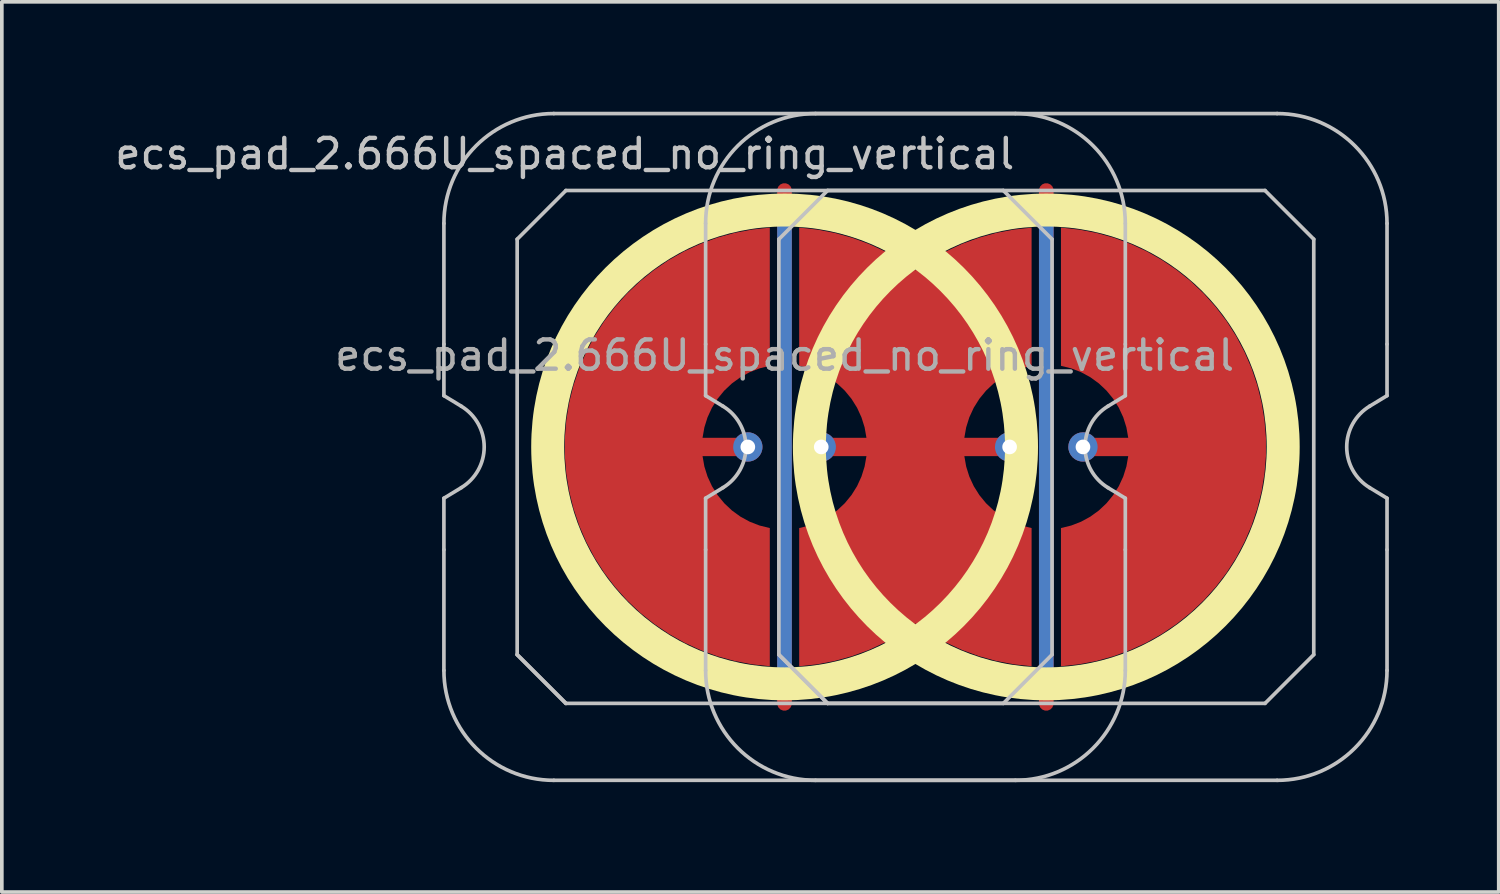
<source format=kicad_pcb>
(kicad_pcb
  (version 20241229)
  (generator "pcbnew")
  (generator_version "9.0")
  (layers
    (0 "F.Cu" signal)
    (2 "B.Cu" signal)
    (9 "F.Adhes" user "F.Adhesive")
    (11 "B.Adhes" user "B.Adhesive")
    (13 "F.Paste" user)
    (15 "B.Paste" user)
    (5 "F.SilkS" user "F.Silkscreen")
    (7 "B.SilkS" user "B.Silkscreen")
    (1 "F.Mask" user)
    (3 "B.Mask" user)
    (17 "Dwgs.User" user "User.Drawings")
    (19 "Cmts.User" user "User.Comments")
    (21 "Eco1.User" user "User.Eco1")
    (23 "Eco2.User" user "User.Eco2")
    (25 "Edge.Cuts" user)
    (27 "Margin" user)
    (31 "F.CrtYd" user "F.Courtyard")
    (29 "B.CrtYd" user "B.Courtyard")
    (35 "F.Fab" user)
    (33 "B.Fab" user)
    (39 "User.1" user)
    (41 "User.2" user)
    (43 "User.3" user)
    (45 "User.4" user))
  (footprint "ecs_pad_2.666U_spaced_no_ring_vertical"
    (layer "F.Cu")
    (at 25.51 9.15)
    (property "Reference" "ecs_pad_2.666U_spaced_no_ring_vertical" (at -13.143 -8 0) (layer "Dwgs.User") (effects (font (size 0.8 0.8) (thickness 0.12))))
    (attr smd)
    (fp_circle (center -7.143 0) (end -0.676 0) (stroke (width 0.9) (type solid)) (fill no) (layer "F.SilkS"))
    (fp_circle (center 0 0) (end 6.467 0) (stroke (width 0.9) (type solid)) (fill no) (layer "F.SilkS"))
    (fp_line (start -16.443 -2.805) (end -16.443 -6.1) (stroke (width 0.1) (type solid)) (layer "Dwgs.User"))
    (fp_line (start -16.443 -1.4) (end -16.443 -2.805) (stroke (width 0.1) (type solid)) (layer "Dwgs.User"))
    (fp_line (start -16.443 1.4) (end -15.967 1.111) (stroke (width 0.1) (type solid)) (layer "Dwgs.User"))
    (fp_line (start -16.443 2.805) (end -16.443 1.4) (stroke (width 0.1) (type solid)) (layer "Dwgs.User"))
    (fp_line (start -16.443 6.1) (end -16.443 2.805) (stroke (width 0.1) (type solid)) (layer "Dwgs.User"))
    (fp_line (start -15.967 -1.111) (end -16.443 -1.4) (stroke (width 0.1) (type solid)) (layer "Dwgs.User"))
    (fp_line (start -14.443 -5.67) (end -13.113 -7) (stroke (width 0.1) (type solid)) (layer "Dwgs.User"))
    (fp_line (start -14.443 5.67) (end -14.443 -5.67) (stroke (width 0.1) (type solid)) (layer "Dwgs.User"))
    (fp_line (start -14.443 5.67) (end -13.113 7) (stroke (width 0.1) (type solid)) (layer "Dwgs.User"))
    (fp_line (start -13.443 -9.1) (end -0.843 -9.1) (stroke (width 0.1) (type solid)) (layer "Dwgs.User"))
    (fp_line (start -13.113 -7) (end -1.173 -7) (stroke (width 0.1) (type solid)) (layer "Dwgs.User"))
    (fp_line (start -13.113 7) (end -14.443 5.67) (stroke (width 0.1) (type solid)) (layer "Dwgs.User"))
    (fp_line (start -9.299 -2.805) (end -9.299 -6.1) (stroke (width 0.1) (type solid)) (layer "Dwgs.User"))
    (fp_line (start -9.299 -1.4) (end -9.299 -2.805) (stroke (width 0.1) (type solid)) (layer "Dwgs.User"))
    (fp_line (start -9.299 1.4) (end -8.824 1.111) (stroke (width 0.1) (type solid)) (layer "Dwgs.User"))
    (fp_line (start -9.299 2.805) (end -9.299 1.4) (stroke (width 0.1) (type solid)) (layer "Dwgs.User"))
    (fp_line (start -9.299 6.1) (end -9.299 2.805) (stroke (width 0.1) (type solid)) (layer "Dwgs.User"))
    (fp_line (start -8.824 -1.111) (end -9.299 -1.4) (stroke (width 0.1) (type solid)) (layer "Dwgs.User"))
    (fp_line (start -7.299 -5.67) (end -5.969 -7) (stroke (width 0.1) (type solid)) (layer "Dwgs.User"))
    (fp_line (start -7.299 5.67) (end -7.299 -5.67) (stroke (width 0.1) (type solid)) (layer "Dwgs.User"))
    (fp_line (start -7.299 5.67) (end -5.969 7) (stroke (width 0.1) (type solid)) (layer "Dwgs.User"))
    (fp_line (start -6.299 -9.1) (end 6.301 -9.1) (stroke (width 0.1) (type solid)) (layer "Dwgs.User"))
    (fp_line (start -5.969 -7) (end 5.971 -7) (stroke (width 0.1) (type solid)) (layer "Dwgs.User"))
    (fp_line (start -5.969 7) (end -7.299 5.67) (stroke (width 0.1) (type solid)) (layer "Dwgs.User"))
    (fp_line (start -1.173 -7) (end 0.157 -5.67) (stroke (width 0.1) (type solid)) (layer "Dwgs.User"))
    (fp_line (start -1.173 7) (end -13.113 7) (stroke (width 0.1) (type solid)) (layer "Dwgs.User"))
    (fp_line (start -0.843 9.1) (end -13.443 9.1) (stroke (width 0.1) (type solid)) (layer "Dwgs.User"))
    (fp_line (start 0.157 -5.67) (end 0.157 5.67) (stroke (width 0.1) (type solid)) (layer "Dwgs.User"))
    (fp_line (start 0.157 5.67) (end -1.173 7) (stroke (width 0.1) (type solid)) (layer "Dwgs.User"))
    (fp_line (start 1.681 1.111) (end 2.157 1.4) (stroke (width 0.1) (type solid)) (layer "Dwgs.User"))
    (fp_line (start 2.157 -6.1) (end 2.157 -2.805) (stroke (width 0.1) (type solid)) (layer "Dwgs.User"))
    (fp_line (start 2.157 -2.805) (end 2.157 -1.4) (stroke (width 0.1) (type solid)) (layer "Dwgs.User"))
    (fp_line (start 2.157 -1.4) (end 1.681 -1.111) (stroke (width 0.1) (type solid)) (layer "Dwgs.User"))
    (fp_line (start 2.157 1.4) (end 2.157 2.805) (stroke (width 0.1) (type solid)) (layer "Dwgs.User"))
    (fp_line (start 2.157 2.805) (end 2.157 6.1) (stroke (width 0.1) (type solid)) (layer "Dwgs.User"))
    (fp_line (start 5.971 -7) (end 7.301 -5.67) (stroke (width 0.1) (type solid)) (layer "Dwgs.User"))
    (fp_line (start 5.971 7) (end -5.969 7) (stroke (width 0.1) (type solid)) (layer "Dwgs.User"))
    (fp_line (start 6.301 9.1) (end -6.299 9.1) (stroke (width 0.1) (type solid)) (layer "Dwgs.User"))
    (fp_line (start 7.301 -5.67) (end 7.301 5.67) (stroke (width 0.1) (type solid)) (layer "Dwgs.User"))
    (fp_line (start 7.301 5.67) (end 5.971 7) (stroke (width 0.1) (type solid)) (layer "Dwgs.User"))
    (fp_line (start 8.825 1.111) (end 9.301 1.4) (stroke (width 0.1) (type solid)) (layer "Dwgs.User"))
    (fp_line (start 9.301 -6.1) (end 9.301 -2.805) (stroke (width 0.1) (type solid)) (layer "Dwgs.User"))
    (fp_line (start 9.301 -2.805) (end 9.301 -1.4) (stroke (width 0.1) (type solid)) (layer "Dwgs.User"))
    (fp_line (start 9.301 -1.4) (end 8.825 -1.111) (stroke (width 0.1) (type solid)) (layer "Dwgs.User"))
    (fp_line (start 9.301 1.4) (end 9.301 2.805) (stroke (width 0.1) (type solid)) (layer "Dwgs.User"))
    (fp_line (start 9.301 2.805) (end 9.301 6.1) (stroke (width 0.1) (type solid)) (layer "Dwgs.User"))
    (fp_arc (start -16.442954 -6.1) (mid -15.564274 -8.22132) (end -13.442954 -9.1) (stroke (width 0.1) (type solid)) (layer "Dwgs.User"))
    (fp_arc (start -15.967287 -1.110619) (mid -15.342954 0) (end -15.967287 1.110619) (stroke (width 0.1) (type solid)) (layer "Dwgs.User"))
    (fp_arc (start -13.442954 9.1) (mid -15.564274 8.22132) (end -16.442954 6.1) (stroke (width 0.1) (type solid)) (layer "Dwgs.User"))
    (fp_arc (start -9.299204 -6.1) (mid -8.420524 -8.22132) (end -6.299204 -9.1) (stroke (width 0.1) (type solid)) (layer "Dwgs.User"))
    (fp_arc (start -8.823537 -1.110619) (mid -8.199204 0) (end -8.823537 1.110619) (stroke (width 0.1) (type solid)) (layer "Dwgs.User"))
    (fp_arc (start -6.299204 9.1) (mid -8.420524 8.22132) (end -9.299204 6.1) (stroke (width 0.1) (type solid)) (layer "Dwgs.User"))
    (fp_arc (start -0.842954 -9.1) (mid 1.278366 -8.22132) (end 2.157046 -6.1) (stroke (width 0.1) (type solid)) (layer "Dwgs.User"))
    (fp_arc (start 1.681379 1.110619) (mid 1.057046 0) (end 1.681379 -1.110619) (stroke (width 0.1) (type solid)) (layer "Dwgs.User"))
    (fp_arc (start 2.157046 6.1) (mid 1.278366 8.22132) (end -0.842954 9.1) (stroke (width 0.1) (type solid)) (layer "Dwgs.User"))
    (fp_arc (start 6.300796 -9.1) (mid 8.422116 -8.22132) (end 9.300796 -6.1) (stroke (width 0.1) (type solid)) (layer "Dwgs.User"))
    (fp_arc (start 8.825129 1.110619) (mid 8.200796 0) (end 8.825129 -1.110619) (stroke (width 0.1) (type solid)) (layer "Dwgs.User"))
    (fp_arc (start 9.300796 6.1) (mid 8.422116 8.22132) (end 6.300796 9.1) (stroke (width 0.1) (type solid)) (layer "Dwgs.User"))
    (fp_text user "${REFERENCE}" (at -7.143 -2.5 0) (layer "F.Fab") (effects (font (size 0.8 0.8) (thickness 0.12))))
    (pad "1" smd custom (at -8.147 0) (size 0.4 0.4) (layers "F.Cu") (options (anchor circle)) (primitives (gr_poly (pts (xy 0.6 -2.214) (xy 0.32 -2.145) (xy 0.052 -2.041) (xy -0.201 -1.903) (xy -0.434 -1.734) (xy -0.644 -1.536) (xy -0.826 -1.314) (xy -0.979 -1.07) (xy -1.1 -0.808) (xy -1.186 -0.534) (xy -1.236 -0.25) (xy 0 -0.25) (xy 0.096 -0.231) (xy 0.177 -0.177) (xy 0.231 -0.096) (xy 0.25 0) (xy 0.231 0.096) (xy 0.177 0.177) (xy 0.096 0.231) (xy 0 0.25) (xy -1.236 0.25) (xy -1.186 0.534) (xy -1.1 0.808) (xy -0.979 1.07) (xy -0.826 1.314) (xy -0.644 1.536) (xy -0.434 1.734) (xy -0.201 1.903) (xy 0.052 2.041) (xy 0.32 2.145) (xy 0.6 2.214) (xy 0.6 5.987) (xy 0.115 5.934) (xy -0.364 5.843) (xy -0.834 5.713) (xy -1.292 5.545) (xy -1.735 5.341) (xy -2.159 5.101) (xy -2.563 4.827) (xy -2.943 4.522) (xy -3.298 4.187) (xy -3.623 3.824) (xy -3.919 3.436) (xy -4.182 3.025) (xy -4.41 2.594) (xy -4.603 2.147) (xy -4.759 1.684) (xy -4.876 1.211) (xy -4.955 0.73) (xy -4.995 0.244) (xy -4.995 -0.244) (xy -4.955 -0.73) (xy -4.876 -1.211) (xy -4.759 -1.684) (xy -4.603 -2.147) (xy -4.41 -2.594) (xy -4.182 -3.025) (xy -3.919 -3.436) (xy -3.623 -3.824) (xy -3.298 -4.187) (xy -2.943 -4.522) (xy -2.563 -4.827) (xy -2.159 -5.101) (xy -1.735 -5.341) (xy -1.292 -5.545) (xy -0.834 -5.713) (xy -0.364 -5.843) (xy 0.115 -5.934) (xy 0.6 -5.987)) (width 0) (fill yes))))
    (pad "1" thru_hole circle (at -8.147 0 180) (size 0.8 0.8) (drill 0.4) (layers "*.Cu"))
    (pad "2" thru_hole circle (at -6.143 0) (size 0.8 0.8) (drill 0.4) (layers "*.Cu"))
    (pad "2" smd custom (at -1.001 0) (size 0.282 0.282) (layers "F.Cu") (options (anchor circle)) (primitives (gr_poly (pts (xy 0.6 5.987) (xy 0.6 2.214) (xy 0.32 2.145) (xy 0.052 2.041) (xy -0.201 1.903) (xy -0.434 1.734) (xy -0.644 1.536) (xy -0.826 1.314) (xy -0.979 1.07) (xy -1.1 0.808) (xy -1.186 0.534) (xy -1.236 0.25) (xy 0 0.25) (xy 0.096 0.231) (xy 0.177 0.177) (xy 0.231 0.096) (xy 0.25 0) (xy 0.231 -0.096) (xy 0.177 -0.177) (xy 0.096 -0.231) (xy 0 -0.25) (xy -1.236 -0.25) (xy -1.186 -0.534) (xy -1.1 -0.808) (xy -0.979 -1.07) (xy -0.826 -1.314) (xy -0.644 -1.536) (xy -0.434 -1.734) (xy -0.201 -1.903) (xy 0.052 -2.041) (xy 0.32 -2.145) (xy 0.6 -2.214) (xy 0.6 -5.987) (xy 0.114 -5.934) (xy -0.367 -5.842) (xy -0.838 -5.711) (xy -1.298 -5.543) (xy -1.742 -5.337) (xy -2.167 -5.096) (xy -2.572 -4.821) (xy -2.977 -5.096) (xy -3.402 -5.337) (xy -3.846 -5.543) (xy -4.305 -5.711) (xy -4.777 -5.842) (xy -5.257 -5.934) (xy -5.744 -5.987) (xy -5.744 -2.214) (xy -5.464 -2.145) (xy -5.196 -2.041) (xy -4.943 -1.903) (xy -4.71 -1.734) (xy -4.5 -1.537) (xy -4.317 -1.314) (xy -4.164 -1.07) (xy -4.044 -0.808) (xy -3.958 -0.534) (xy -3.908 -0.25) (xy -5.144 -0.25) (xy -5.239 -0.231) (xy -5.32 -0.177) (xy -5.375 -0.096) (xy -5.394 0) (xy -5.375 0.096) (xy -5.32 0.177) (xy -5.239 0.231) (xy -5.144 0.25) (xy -3.908 0.25) (xy -3.958 0.534) (xy -4.044 0.808) (xy -4.164 1.07) (xy -4.317 1.314) (xy -4.5 1.537) (xy -4.71 1.734) (xy -4.943 1.903) (xy -5.196 2.041) (xy -5.464 2.145) (xy -5.744 2.214) (xy -5.744 5.987) (xy -5.257 5.934) (xy -4.777 5.842) (xy -4.305 5.711) (xy -3.846 5.543) (xy -3.402 5.337) (xy -2.977 5.096) (xy -2.572 4.821) (xy -2.167 5.096) (xy -1.741 5.337) (xy -1.298 5.543) (xy -0.838 5.711) (xy -0.367 5.842) (xy 0.114 5.934)) (width 0) (fill yes))))
    (pad "2" thru_hole circle (at -1.001 0 180) (size 0.8 0.8) (drill 0.4) (layers "*.Cu"))
    (pad "3" smd custom (at 1.001 0 180) (size 0.4 0.4) (layers "F.Cu") (options (anchor circle)) (primitives (gr_poly (pts (xy 0.6 -2.214) (xy 0.32 -2.145) (xy 0.052 -2.041) (xy -0.201 -1.903) (xy -0.434 -1.734) (xy -0.644 -1.536) (xy -0.826 -1.314) (xy -0.979 -1.07) (xy -1.1 -0.808) (xy -1.186 -0.534) (xy -1.236 -0.25) (xy 0 -0.25) (xy 0.096 -0.231) (xy 0.177 -0.177) (xy 0.231 -0.096) (xy 0.25 0) (xy 0.231 0.096) (xy 0.177 0.177) (xy 0.096 0.231) (xy 0 0.25) (xy -1.236 0.25) (xy -1.186 0.534) (xy -1.1 0.808) (xy -0.979 1.07) (xy -0.826 1.314) (xy -0.644 1.536) (xy -0.434 1.734) (xy -0.201 1.903) (xy 0.052 2.041) (xy 0.32 2.145) (xy 0.6 2.214) (xy 0.6 5.987) (xy 0.115 5.934) (xy -0.364 5.843) (xy -0.834 5.713) (xy -1.292 5.545) (xy -1.735 5.341) (xy -2.159 5.101) (xy -2.563 4.827) (xy -2.943 4.522) (xy -3.298 4.187) (xy -3.623 3.824) (xy -3.919 3.436) (xy -4.182 3.025) (xy -4.41 2.594) (xy -4.603 2.147) (xy -4.759 1.684) (xy -4.876 1.211) (xy -4.955 0.73) (xy -4.995 0.244) (xy -4.995 -0.244) (xy -4.955 -0.73) (xy -4.876 -1.211) (xy -4.759 -1.684) (xy -4.603 -2.147) (xy -4.41 -2.594) (xy -4.182 -3.025) (xy -3.919 -3.436) (xy -3.623 -3.824) (xy -3.298 -4.187) (xy -2.943 -4.522) (xy -2.563 -4.827) (xy -2.159 -5.101) (xy -1.735 -5.341) (xy -1.292 -5.545) (xy -0.834 -5.713) (xy -0.364 -5.843) (xy 0.115 -5.934) (xy 0.6 -5.987)) (width 0) (fill yes))))
    (pad "3" thru_hole circle (at 1.001 0 180) (size 0.8 0.8) (drill 0.4) (layers "*.Cu"))
    (pad "4" smd custom (at -7.146 0 180) (size 0.4 0.4) (layers "F.Cu") (options (anchor rect)) (primitives (gr_line (start 0 -7) (end 0 7) (width 0.4))))
    (pad "4" smd custom (at -7.146 0) (size 0.4 0.4) (layers "B.Cu") (options (anchor rect)) (primitives (gr_line (start 0 -6.5) (end 0 6.5) (width 0.4))))
    (pad "4" smd custom (at 0 0 180) (size 0.4 0.4) (layers "F.Cu") (options (anchor rect)) (primitives (gr_line (start 0 -7) (end 0 7) (width 0.4))))
    (pad "4" smd custom (at 0 0) (size 0.4 0.4) (layers "B.Cu") (options (anchor rect)) (primitives (gr_line (start 0 -6.5) (end 0 6.5) (width 0.4))))
    (zone (net_name "") (layer "F.Cu") (hatch edge 0.508) (connect_pads) (min_thickness 0.254) (filled_areas_thickness no) (keepout (tracks allowed) (vias allowed) (pads allowed) (copperpour not_allowed) (footprints allowed)) (placement (enabled no)) (fill) (polygon (pts (xy 25.372 9.15) (xy 25.353 8.637) (xy 25.296 8.127) (xy 25.203 7.622) (xy 25.073 7.125) (xy 24.906 6.64) (xy 24.705 6.167) (xy 24.469 5.711) (xy 24.201 5.274) (xy 23.902 4.857) (xy 23.572 4.463) (xy 23.215 4.094) (xy 22.832 3.753) (xy 22.424 3.44) (xy 21.995 3.158) (xy 21.547 2.909) (xy 21.081 2.692) (xy 20.601 2.511) (xy 20.109 2.365) (xy 19.607 2.256) (xy 19.099 2.183) (xy 18.587 2.149) (xy 18.073 2.151) (xy 17.562 2.192) (xy 17.054 2.269) (xy 16.554 2.384) (xy 16.063 2.535) (xy 15.585 2.721) (xy 15.121 2.942) (xy 14.675 3.197) (xy 14.249 3.483) (xy 13.845 3.8) (xy 13.466 4.145) (xy 13.112 4.518) (xy 12.787 4.915) (xy 12.492 5.335) (xy 12.228 5.775) (xy 11.998 6.234) (xy 11.801 6.708) (xy 11.64 7.196) (xy 11.515 7.694) (xy 11.427 8.199) (xy 11.376 8.71) (xy 11.362 9.223) (xy 11.386 9.736) (xy 11.448 10.246) (xy 11.547 10.75) (xy 11.682 11.245) (xy 11.854 11.729) (xy 12.06 12.199) (xy 12.3 12.652) (xy 12.573 13.087) (xy 12.877 13.501) (xy 13.21 13.891) (xy 13.571 14.256) (xy 13.958 14.594) (xy 14.369 14.902) (xy 14.801 15.179) (xy 15.252 15.424) (xy 15.72 15.636) (xy 16.202 15.812) (xy 16.696 15.953) (xy 17.198 16.057) (xy 17.707 16.124) (xy 18.22 16.153) (xy 18.733 16.145) (xy 19.245 16.1) (xy 19.751 16.017) (xy 20.25 15.897) (xy 20.739 15.741) (xy 21.216 15.549) (xy 21.677 15.323) (xy 22.12 15.064) (xy 22.543 14.774) (xy 22.944 14.453) (xy 23.32 14.103) (xy 23.669 13.727) (xy 23.99 13.326) (xy 24.281 12.903) (xy 24.54 12.46) (xy 24.766 11.999) (xy 24.957 11.523) (xy 25.114 11.034) (xy 25.233 10.535) (xy 25.316 10.028) (xy 25.362 9.517))))
    (zone (net_name "") (layer "F.Cu") (hatch edge 0.508) (connect_pads) (min_thickness 0.254) (filled_areas_thickness no) (keepout (tracks allowed) (vias allowed) (pads allowed) (copperpour not_allowed) (footprints allowed)) (placement (enabled no)) (fill) (polygon (pts (xy 32.515 9.15) (xy 32.496 8.637) (xy 32.439 8.127) (xy 32.346 7.622) (xy 32.216 7.125) (xy 32.049 6.64) (xy 31.848 6.167) (xy 31.612 5.711) (xy 31.344 5.274) (xy 31.045 4.857) (xy 30.715 4.463) (xy 30.358 4.094) (xy 29.975 3.753) (xy 29.567 3.44) (xy 29.138 3.158) (xy 28.69 2.909) (xy 28.224 2.692) (xy 27.744 2.511) (xy 27.252 2.365) (xy 26.75 2.256) (xy 26.242 2.183) (xy 25.73 2.149) (xy 25.216 2.151) (xy 24.704 2.192) (xy 24.197 2.269) (xy 23.697 2.384) (xy 23.206 2.535) (xy 22.728 2.721) (xy 22.264 2.942) (xy 21.818 3.197) (xy 21.392 3.483) (xy 20.988 3.8) (xy 20.609 4.145) (xy 20.255 4.518) (xy 19.93 4.915) (xy 19.635 5.335) (xy 19.371 5.775) (xy 19.141 6.234) (xy 18.944 6.708) (xy 18.783 7.196) (xy 18.658 7.694) (xy 18.57 8.199) (xy 18.519 8.71) (xy 18.505 9.223) (xy 18.529 9.736) (xy 18.591 10.246) (xy 18.69 10.75) (xy 18.825 11.245) (xy 18.997 11.729) (xy 19.203 12.199) (xy 19.443 12.652) (xy 19.716 13.087) (xy 20.02 13.501) (xy 20.353 13.891) (xy 20.714 14.256) (xy 21.101 14.594) (xy 21.512 14.902) (xy 21.944 15.179) (xy 22.395 15.424) (xy 22.863 15.636) (xy 23.345 15.812) (xy 23.839 15.953) (xy 24.341 16.057) (xy 24.85 16.124) (xy 25.363 16.153) (xy 25.876 16.145) (xy 26.388 16.1) (xy 26.894 16.017) (xy 27.393 15.897) (xy 27.882 15.741) (xy 28.359 15.549) (xy 28.82 15.323) (xy 29.263 15.064) (xy 29.686 14.774) (xy 30.087 14.453) (xy 30.463 14.103) (xy 30.812 13.727) (xy 31.133 13.326) (xy 31.424 12.903) (xy 31.683 12.46) (xy 31.909 11.999) (xy 32.1 11.523) (xy 32.256 11.034) (xy 32.376 10.535) (xy 32.459 10.028) (xy 32.505 9.517))))
    (zone (net_name "") (layer "B.Cu") (hatch edge 0.508) (connect_pads) (min_thickness 0.254) (filled_areas_thickness no) (keepout (tracks allowed) (vias allowed) (pads allowed) (copperpour not_allowed) (footprints allowed)) (placement (enabled no)) (fill) (polygon (pts (xy 24.925 9.15) (xy 24.905 8.635) (xy 24.844 8.124) (xy 24.744 7.619) (xy 24.604 7.123) (xy 24.426 6.64) (xy 24.21 6.173) (xy 23.959 5.723) (xy 23.672 5.295) (xy 23.354 4.891) (xy 23.004 4.513) (xy 22.626 4.163) (xy 22.222 3.844) (xy 21.793 3.558) (xy 21.344 3.307) (xy 20.876 3.091) (xy 20.393 2.913) (xy 19.898 2.773) (xy 19.393 2.672) (xy 18.881 2.612) (xy 18.367 2.592) (xy 17.852 2.612) (xy 17.341 2.672) (xy 16.836 2.773) (xy 16.34 2.913) (xy 15.857 3.091) (xy 15.389 3.307) (xy 14.94 3.558) (xy 14.512 3.844) (xy 14.107 4.163) (xy 13.729 4.513) (xy 13.38 4.891) (xy 13.061 5.295) (xy 12.775 5.723) (xy 12.523 6.173) (xy 12.308 6.64) (xy 12.129 7.123) (xy 11.99 7.619) (xy 11.889 8.124) (xy 11.829 8.635) (xy 11.808 9.15) (xy 11.829 9.665) (xy 11.889 10.176) (xy 11.99 10.681) (xy 12.129 11.177) (xy 12.308 11.66) (xy 12.523 12.127) (xy 12.775 12.577) (xy 13.061 13.005) (xy 13.38 13.409) (xy 13.729 13.787) (xy 14.107 14.137) (xy 14.512 14.456) (xy 14.94 14.742) (xy 15.389 14.993) (xy 15.857 15.209) (xy 16.34 15.387) (xy 16.836 15.527) (xy 17.341 15.628) (xy 17.852 15.688) (xy 18.367 15.708) (xy 18.881 15.688) (xy 19.393 15.628) (xy 19.898 15.527) (xy 20.393 15.387) (xy 20.876 15.209) (xy 21.344 14.993) (xy 21.793 14.742) (xy 22.222 14.456) (xy 22.626 14.137) (xy 23.004 13.787) (xy 23.354 13.409) (xy 23.672 13.005) (xy 23.959 12.577) (xy 24.21 12.127) (xy 24.426 11.66) (xy 24.604 11.177) (xy 24.744 10.681) (xy 24.844 10.176) (xy 24.905 9.665))))
    (zone (net_name "") (layer "B.Cu") (hatch edge 0.508) (connect_pads) (min_thickness 0.254) (filled_areas_thickness no) (keepout (tracks allowed) (vias allowed) (pads allowed) (copperpour not_allowed) (footprints allowed)) (placement (enabled no)) (fill) (polygon (pts (xy 32.068 9.15) (xy 32.048 8.635) (xy 31.987 8.124) (xy 31.887 7.619) (xy 31.747 7.123) (xy 31.569 6.64) (xy 31.353 6.173) (xy 31.101 5.723) (xy 30.815 5.295) (xy 30.497 4.891) (xy 30.147 4.513) (xy 29.769 4.163) (xy 29.364 3.844) (xy 28.936 3.558) (xy 28.487 3.307) (xy 28.019 3.091) (xy 27.536 2.913) (xy 27.041 2.773) (xy 26.536 2.672) (xy 26.024 2.612) (xy 25.51 2.592) (xy 24.995 2.612) (xy 24.484 2.672) (xy 23.979 2.773) (xy 23.483 2.913) (xy 23 3.091) (xy 22.532 3.307) (xy 22.083 3.558) (xy 21.655 3.844) (xy 21.25 4.163) (xy 20.872 4.513) (xy 20.523 4.891) (xy 20.204 5.295) (xy 19.918 5.723) (xy 19.666 6.173) (xy 19.451 6.64) (xy 19.272 7.123) (xy 19.133 7.619) (xy 19.032 8.124) (xy 18.972 8.635) (xy 18.951 9.15) (xy 18.972 9.665) (xy 19.032 10.176) (xy 19.133 10.681) (xy 19.272 11.177) (xy 19.451 11.66) (xy 19.666 12.127) (xy 19.918 12.577) (xy 20.204 13.005) (xy 20.523 13.409) (xy 20.872 13.787) (xy 21.25 14.137) (xy 21.655 14.456) (xy 22.083 14.742) (xy 22.532 14.993) (xy 23 15.209) (xy 23.483 15.387) (xy 23.979 15.527) (xy 24.484 15.628) (xy 24.995 15.688) (xy 25.51 15.708) (xy 26.024 15.688) (xy 26.536 15.628) (xy 27.041 15.527) (xy 27.536 15.387) (xy 28.019 15.209) (xy 28.487 14.993) (xy 28.936 14.742) (xy 29.364 14.456) (xy 29.769 14.137) (xy 30.147 13.787) (xy 30.497 13.409) (xy 30.815 13.005) (xy 31.101 12.577) (xy 31.353 12.127) (xy 31.569 11.66) (xy 31.747 11.177) (xy 31.887 10.681) (xy 31.987 10.176) (xy 32.048 9.665)))))
  (gr_rect
    (start -3 -3)
    (end 37.86 21.3)
    (stroke (width 0.1) (type default))
    (fill no)
    (layer "Edge.Cuts")))
</source>
